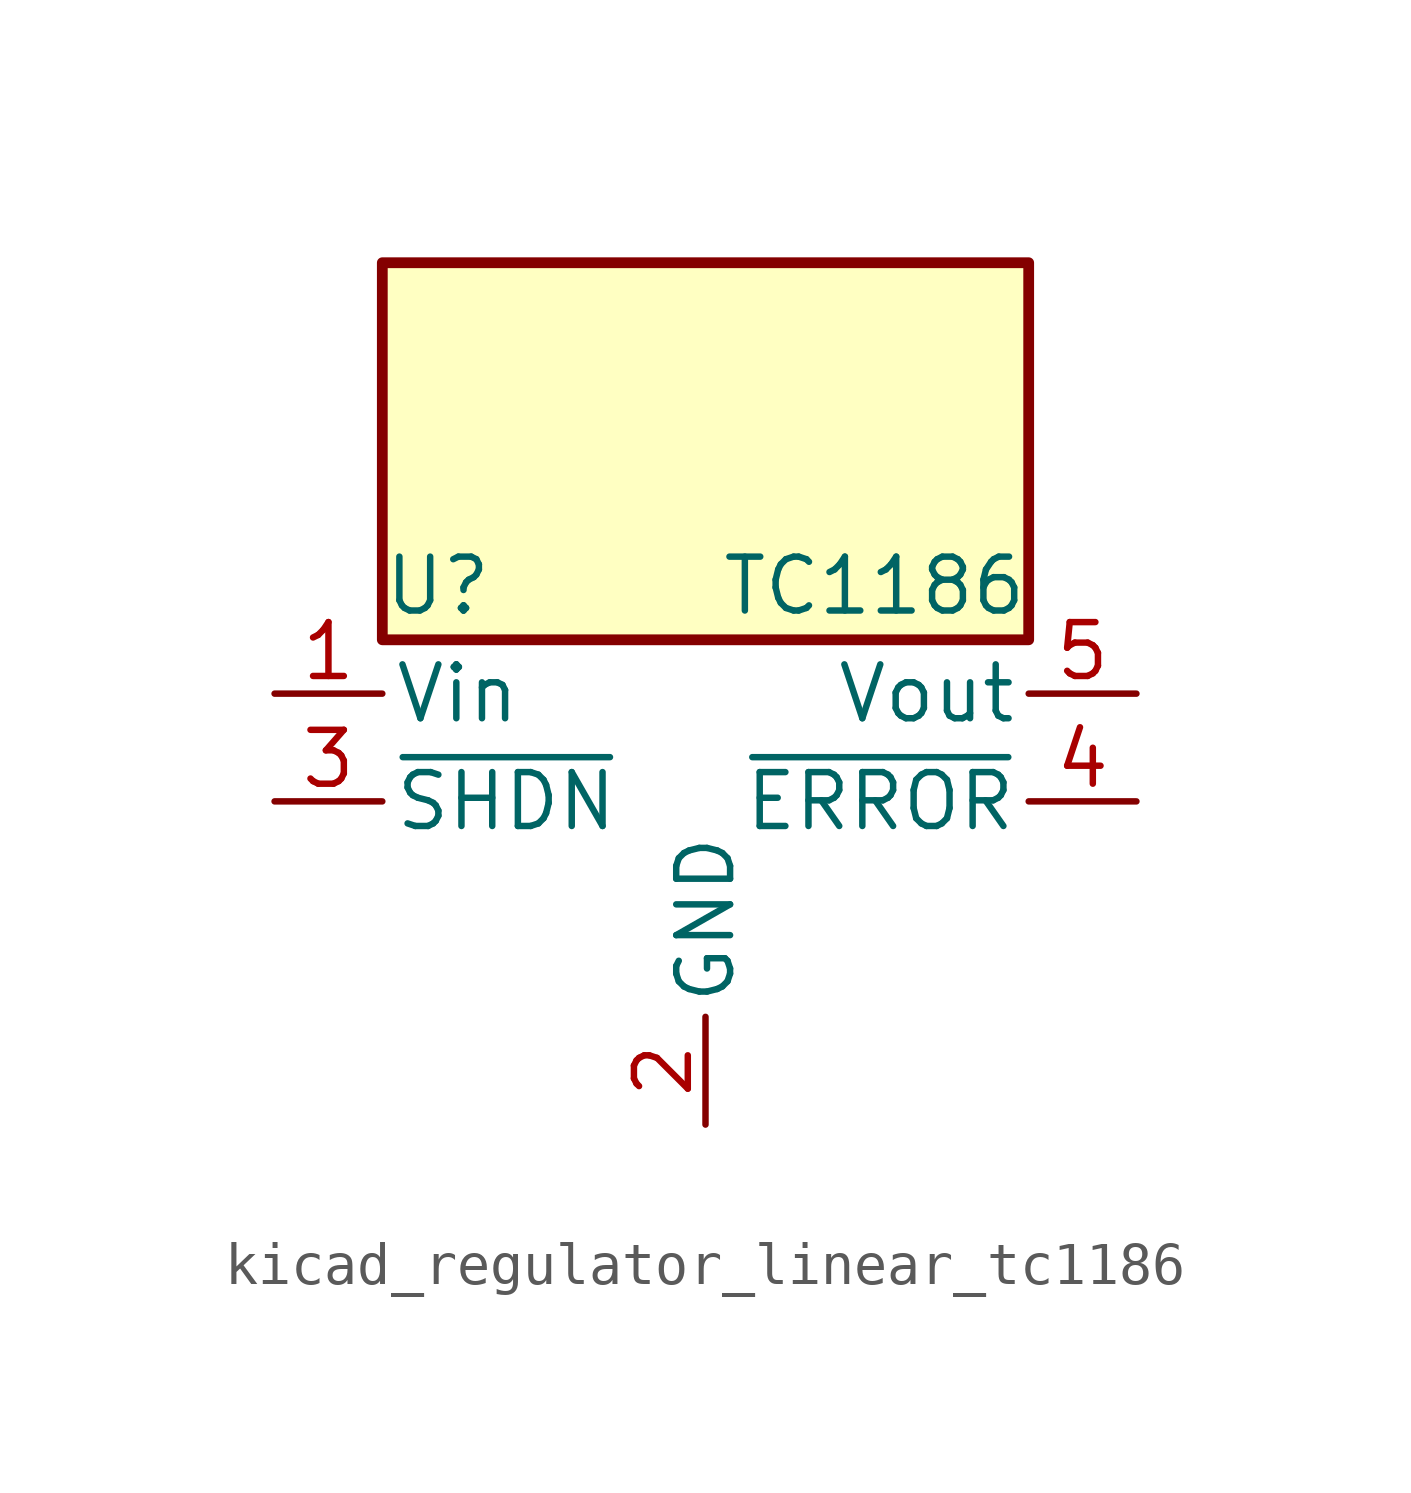
<source format=kicad_sym>
(kicad_symbol_lib
  (version 20220914)
  (generator kicad_symbol_editor)
  (symbol "kicad_regulator_linear_tc1186"
    (pin_names
      (offset 0.254))
    (property "Reference" "U"
      (at -7.62 5.08 0)
      (effects (font (size 1.27 1.27)) (justify left)))
    (property "Value" "TC1186"
      (at 7.62 5.08 0)
      (effects (font (size 1.27 1.27)) (justify right)))
    (symbol "kicad_regulator_linear_tc1186_0_1"
      (rectangle (start 7.62 12.7) (end -7.62 3.81) (stroke (width 0.254) (type default)) (fill (type background))))
    (symbol "kicad_regulator_linear_tc1186_1_1"
      (pin power_in line (at -10.16 2.54 0) (length 2.54) (name "Vin" (effects (font (size 1.27 1.27)))) (number "1" (effects (font (size 1.27 1.27)))))
      (pin power_in line (at 0 -7.62 90) (length 2.54) (name "GND" (effects (font (size 1.27 1.27)))) (number "2" (effects (font (size 1.27 1.27)))))
      (pin input line (at -10.16 0 0) (length 2.54) (name "~{SHDN}" (effects (font (size 1.27 1.27)))) (number "3" (effects (font (size 1.27 1.27)))))
      (pin open_collector line (at 10.16 0 180) (length 2.54) (name "~{ERROR}" (effects (font (size 1.27 1.27)))) (number "4" (effects (font (size 1.27 1.27)))))
      (pin power_out line (at 10.16 2.54 180) (length 2.54) (name "Vout" (effects (font (size 1.27 1.27)))) (number "5" (effects (font (size 1.27 1.27))))))))
</source>
